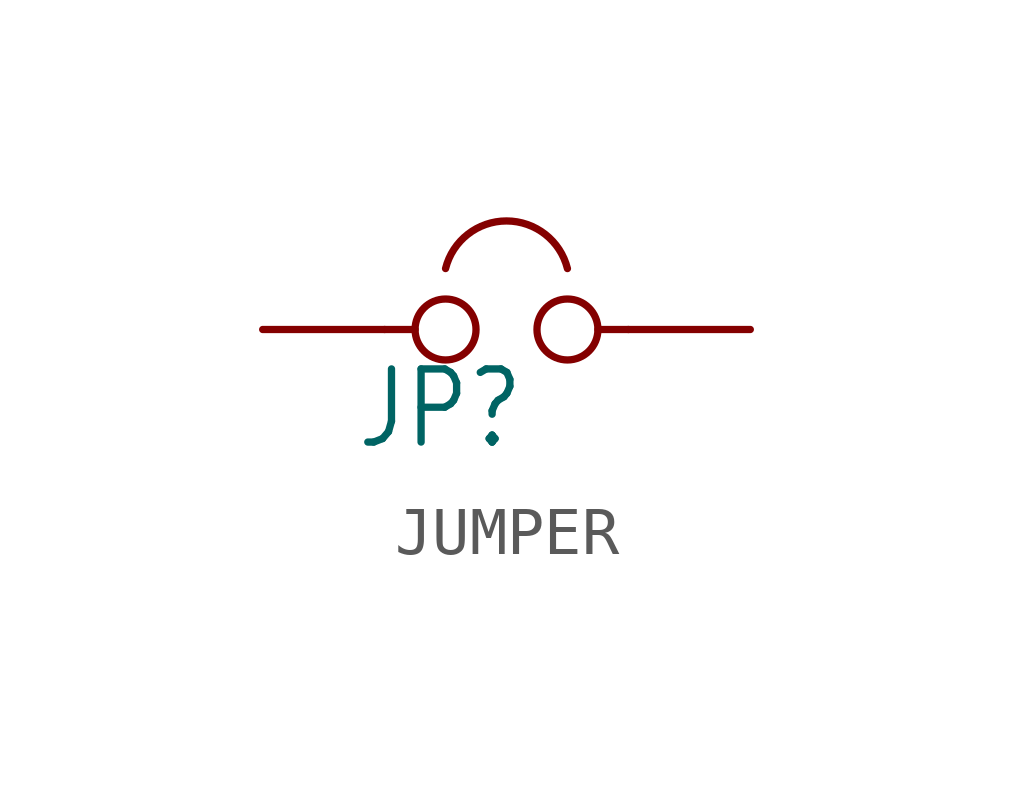
<source format=kicad_sym>
(kicad_symbol_lib
  (version 20241209)
  (generator "kicad_symbol_editor")
  (generator_version "9.0")
  (symbol "JUMPER"
    (property "Reference" "JP"
      (at -3.175 -2.54 0)
      (effects (font (size 1.524 1.295)) (justify left bottom)))
    (property "ki_locked" ""
      (at 0 0 0)
      (effects (font (size 1.27 1.27))))
    (symbol "JUMPER_1_0"
      (polyline (pts (xy -2.54 0) (xy -1.905 0)) (stroke (width 0.152) (type solid)) (fill (type none)))
      (circle (center -1.27 0) (radius 0.635) (stroke (width 0.152) (type solid)) (fill (type none)))
      (arc (start -1.27 1.27) (mid 0.0001 2.2615) (end 1.27 1.2698) (stroke (width 0.1524) (type solid)) (fill (type none)))
      (circle (center 1.27 0) (radius 0.635) (stroke (width 0.152) (type solid)) (fill (type none)))
      (polyline (pts (xy 1.905 0) (xy 2.54 0)) (stroke (width 0.152) (type solid)) (fill (type none)))
      (pin bidirectional line (at -5.08 0 0) (length 2.54) (name "1" (effects (font (size 0 0)))) (number "1" (effects (font (size 0 0)))))
      (pin bidirectional line (at 5.08 0 180) (length 2.54) (name "2" (effects (font (size 0 0)))) (number "2" (effects (font (size 0 0))))))))
</source>
